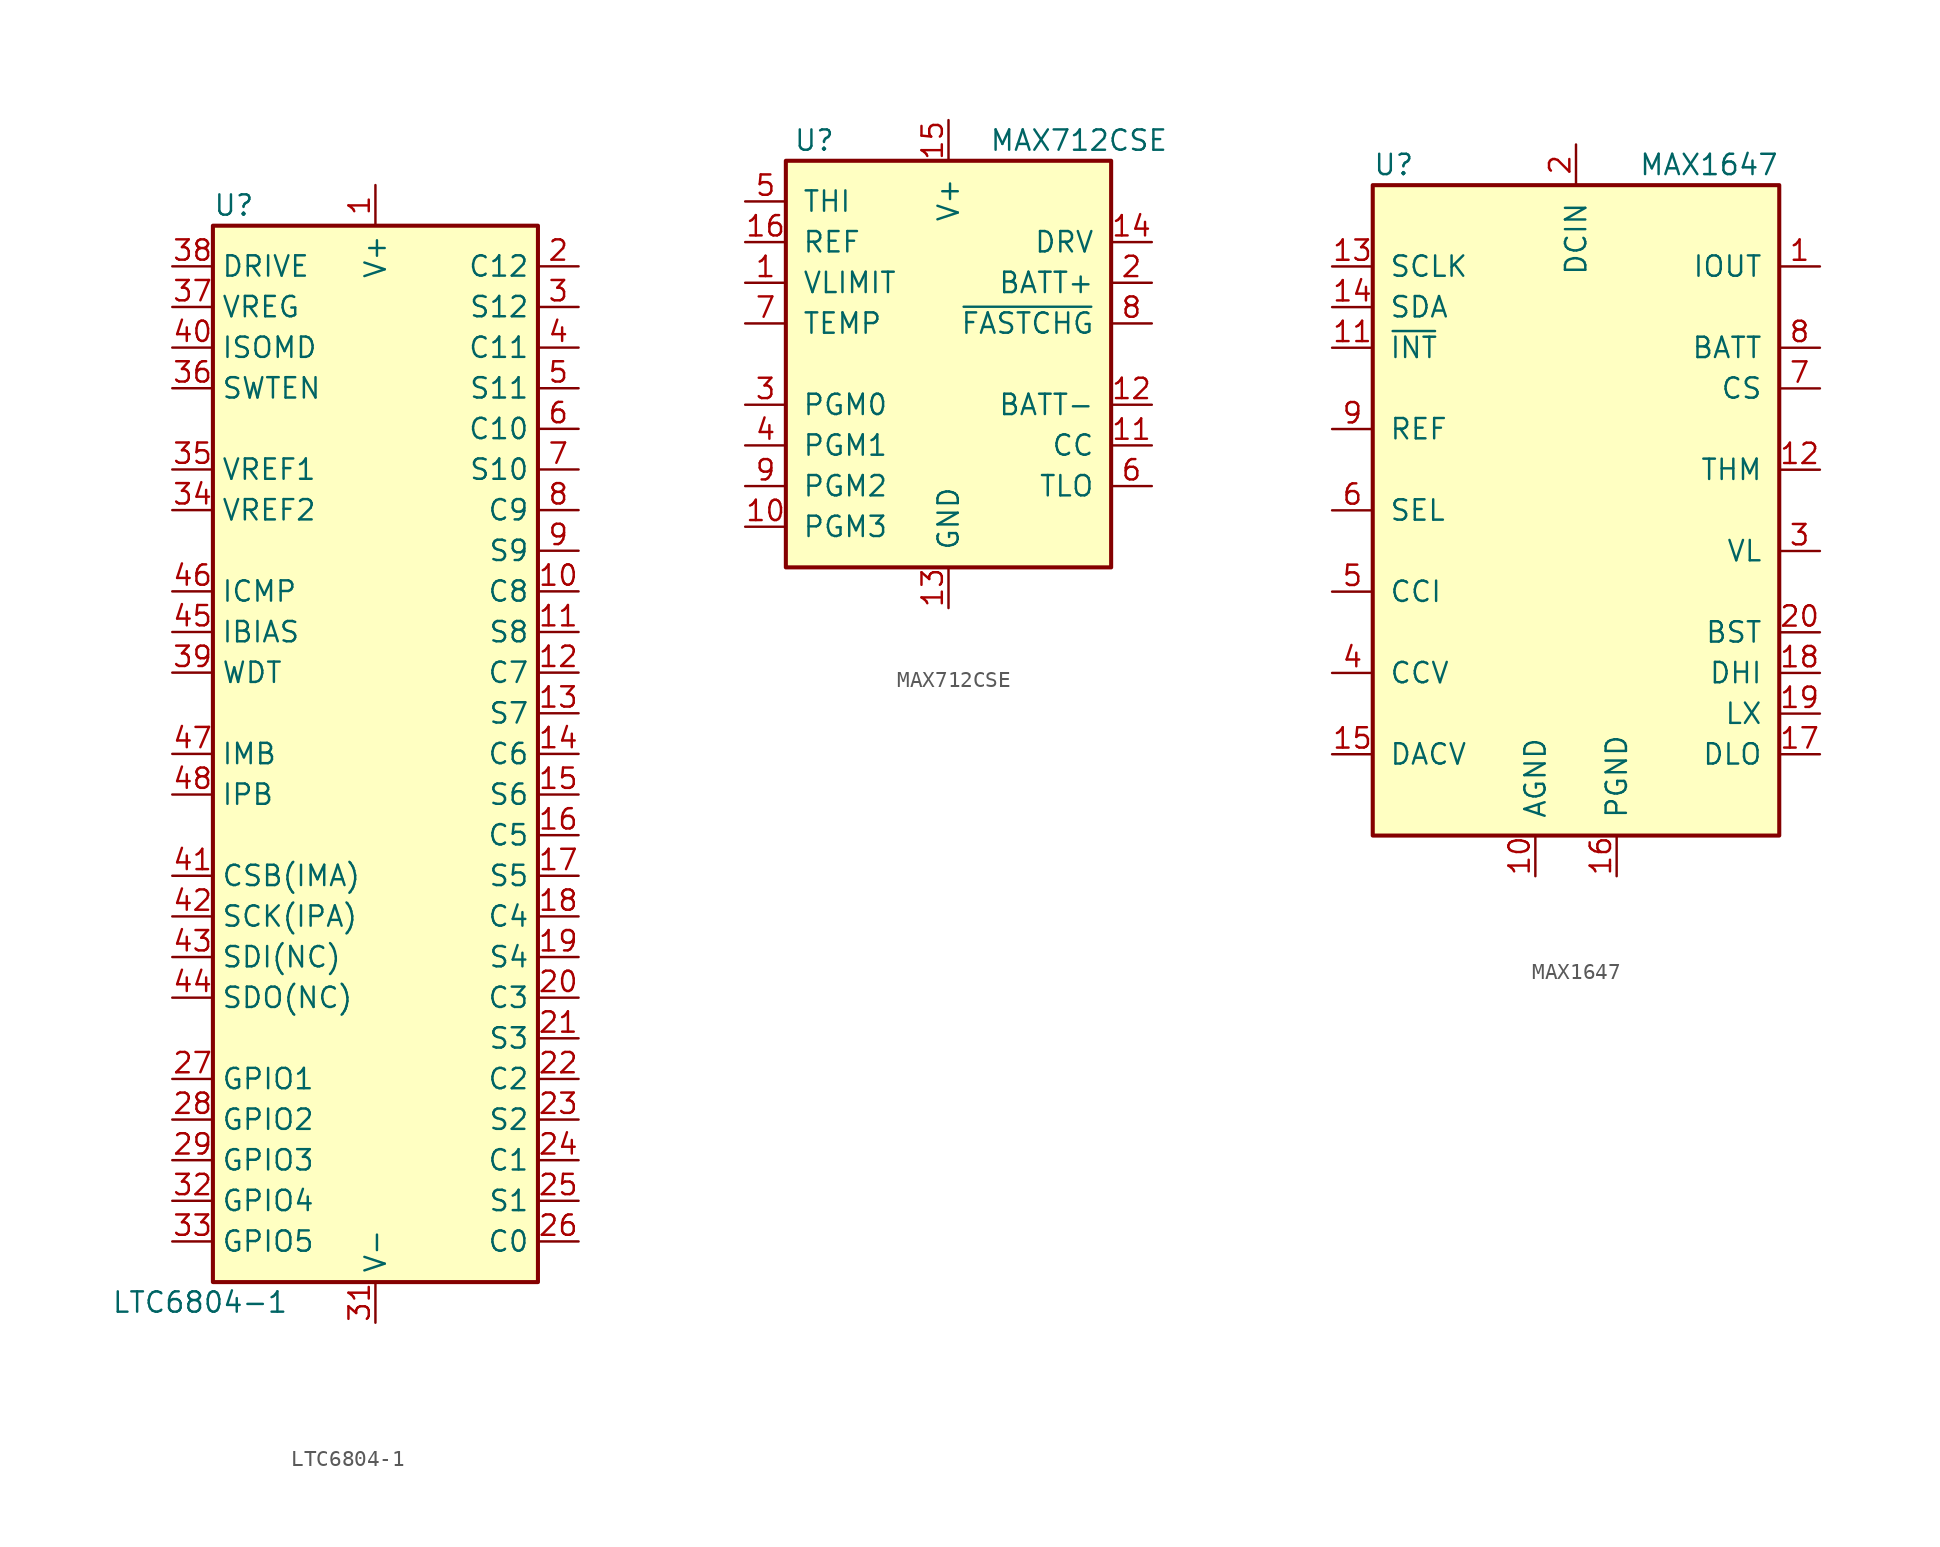
<source format=kicad_sym>
(kicad_symbol_lib
  (version 20211014)
  (generator kicad_symbol_editor)
  (symbol "LTC6804-1"
    (property "Reference" "U"
      (at -10.16 34.29 0)
      (effects (font (size 1.27 1.27)) (justify left)))
    (property "Value" "LTC6804-1"
      (at -16.51 -34.29 0)
      (effects (font (size 1.27 1.27)) (justify left)))
    (symbol "LTC6804-1_0_1"
      (rectangle (start 10.16 -33.02) (end -10.16 33.02) (stroke (width 0.254) (type default) (color 0 0 0 0)) (fill (type background))))
    (symbol "LTC6804-1_1_1"
      (pin power_in line (at 0 35.56 270) (length 2.54) (name "V+" (effects (font (size 1.27 1.27)))) (number "1" (effects (font (size 1.27 1.27)))))
      (pin input line (at 12.7 10.16 180) (length 2.54) (name "C8" (effects (font (size 1.27 1.27)))) (number "10" (effects (font (size 1.27 1.27)))))
      (pin bidirectional line (at 12.7 7.62 180) (length 2.54) (name "S8" (effects (font (size 1.27 1.27)))) (number "11" (effects (font (size 1.27 1.27)))))
      (pin input line (at 12.7 5.08 180) (length 2.54) (name "C7" (effects (font (size 1.27 1.27)))) (number "12" (effects (font (size 1.27 1.27)))))
      (pin bidirectional line (at 12.7 2.54 180) (length 2.54) (name "S7" (effects (font (size 1.27 1.27)))) (number "13" (effects (font (size 1.27 1.27)))))
      (pin input line (at 12.7 0 180) (length 2.54) (name "C6" (effects (font (size 1.27 1.27)))) (number "14" (effects (font (size 1.27 1.27)))))
      (pin bidirectional line (at 12.7 -2.54 180) (length 2.54) (name "S6" (effects (font (size 1.27 1.27)))) (number "15" (effects (font (size 1.27 1.27)))))
      (pin input line (at 12.7 -5.08 180) (length 2.54) (name "C5" (effects (font (size 1.27 1.27)))) (number "16" (effects (font (size 1.27 1.27)))))
      (pin bidirectional line (at 12.7 -7.62 180) (length 2.54) (name "S5" (effects (font (size 1.27 1.27)))) (number "17" (effects (font (size 1.27 1.27)))))
      (pin input line (at 12.7 -10.16 180) (length 2.54) (name "C4" (effects (font (size 1.27 1.27)))) (number "18" (effects (font (size 1.27 1.27)))))
      (pin bidirectional line (at 12.7 -12.7 180) (length 2.54) (name "S4" (effects (font (size 1.27 1.27)))) (number "19" (effects (font (size 1.27 1.27)))))
      (pin input line (at 12.7 30.48 180) (length 2.54) (name "C12" (effects (font (size 1.27 1.27)))) (number "2" (effects (font (size 1.27 1.27)))))
      (pin input line (at 12.7 -15.24 180) (length 2.54) (name "C3" (effects (font (size 1.27 1.27)))) (number "20" (effects (font (size 1.27 1.27)))))
      (pin bidirectional line (at 12.7 -17.78 180) (length 2.54) (name "S3" (effects (font (size 1.27 1.27)))) (number "21" (effects (font (size 1.27 1.27)))))
      (pin input line (at 12.7 -20.32 180) (length 2.54) (name "C2" (effects (font (size 1.27 1.27)))) (number "22" (effects (font (size 1.27 1.27)))))
      (pin bidirectional line (at 12.7 -22.86 180) (length 2.54) (name "S2" (effects (font (size 1.27 1.27)))) (number "23" (effects (font (size 1.27 1.27)))))
      (pin input line (at 12.7 -25.4 180) (length 2.54) (name "C1" (effects (font (size 1.27 1.27)))) (number "24" (effects (font (size 1.27 1.27)))))
      (pin bidirectional line (at 12.7 -27.94 180) (length 2.54) (name "S1" (effects (font (size 1.27 1.27)))) (number "25" (effects (font (size 1.27 1.27)))))
      (pin input line (at 12.7 -30.48 180) (length 2.54) (name "C0" (effects (font (size 1.27 1.27)))) (number "26" (effects (font (size 1.27 1.27)))))
      (pin bidirectional line (at -12.7 -20.32 0) (length 2.54) (name "GPIO1" (effects (font (size 1.27 1.27)))) (number "27" (effects (font (size 1.27 1.27)))))
      (pin bidirectional line (at -12.7 -22.86 0) (length 2.54) (name "GPIO2" (effects (font (size 1.27 1.27)))) (number "28" (effects (font (size 1.27 1.27)))))
      (pin bidirectional line (at -12.7 -25.4 0) (length 2.54) (name "GPIO3" (effects (font (size 1.27 1.27)))) (number "29" (effects (font (size 1.27 1.27)))))
      (pin bidirectional line (at 12.7 27.94 180) (length 2.54) (name "S12" (effects (font (size 1.27 1.27)))) (number "3" (effects (font (size 1.27 1.27)))))
      (pin passive line (at 0 -35.56 90) (length 2.54) hide (name "V-" (effects (font (size 1.27 1.27)))) (number "30" (effects (font (size 1.27 1.27)))))
      (pin passive line (at 0 -35.56 90) (length 2.54) (name "V-" (effects (font (size 1.27 1.27)))) (number "31" (effects (font (size 1.27 1.27)))))
      (pin bidirectional line (at -12.7 -27.94 0) (length 2.54) (name "GPIO4" (effects (font (size 1.27 1.27)))) (number "32" (effects (font (size 1.27 1.27)))))
      (pin bidirectional line (at -12.7 -30.48 0) (length 2.54) (name "GPIO5" (effects (font (size 1.27 1.27)))) (number "33" (effects (font (size 1.27 1.27)))))
      (pin output line (at -12.7 15.24 0) (length 2.54) (name "VREF2" (effects (font (size 1.27 1.27)))) (number "34" (effects (font (size 1.27 1.27)))))
      (pin output line (at -12.7 17.78 0) (length 2.54) (name "VREF1" (effects (font (size 1.27 1.27)))) (number "35" (effects (font (size 1.27 1.27)))))
      (pin input line (at -12.7 22.86 0) (length 2.54) (name "SWTEN" (effects (font (size 1.27 1.27)))) (number "36" (effects (font (size 1.27 1.27)))))
      (pin input line (at -12.7 27.94 0) (length 2.54) (name "VREG" (effects (font (size 1.27 1.27)))) (number "37" (effects (font (size 1.27 1.27)))))
      (pin output line (at -12.7 30.48 0) (length 2.54) (name "DRIVE" (effects (font (size 1.27 1.27)))) (number "38" (effects (font (size 1.27 1.27)))))
      (pin output line (at -12.7 5.08 0) (length 2.54) (name "WDT" (effects (font (size 1.27 1.27)))) (number "39" (effects (font (size 1.27 1.27)))))
      (pin input line (at 12.7 25.4 180) (length 2.54) (name "C11" (effects (font (size 1.27 1.27)))) (number "4" (effects (font (size 1.27 1.27)))))
      (pin input line (at -12.7 25.4 0) (length 2.54) (name "ISOMD" (effects (font (size 1.27 1.27)))) (number "40" (effects (font (size 1.27 1.27)))))
      (pin bidirectional line (at -12.7 -7.62 0) (length 2.54) (name "CSB(IMA)" (effects (font (size 1.27 1.27)))) (number "41" (effects (font (size 1.27 1.27)))))
      (pin bidirectional line (at -12.7 -10.16 0) (length 2.54) (name "SCK(IPA)" (effects (font (size 1.27 1.27)))) (number "42" (effects (font (size 1.27 1.27)))))
      (pin input line (at -12.7 -12.7 0) (length 2.54) (name "SDI(NC)" (effects (font (size 1.27 1.27)))) (number "43" (effects (font (size 1.27 1.27)))))
      (pin open_collector line (at -12.7 -15.24 0) (length 2.54) (name "SDO(NC)" (effects (font (size 1.27 1.27)))) (number "44" (effects (font (size 1.27 1.27)))))
      (pin passive line (at -12.7 7.62 0) (length 2.54) (name "IBIAS" (effects (font (size 1.27 1.27)))) (number "45" (effects (font (size 1.27 1.27)))))
      (pin passive line (at -12.7 10.16 0) (length 2.54) (name "ICMP" (effects (font (size 1.27 1.27)))) (number "46" (effects (font (size 1.27 1.27)))))
      (pin bidirectional line (at -12.7 0 0) (length 2.54) (name "IMB" (effects (font (size 1.27 1.27)))) (number "47" (effects (font (size 1.27 1.27)))))
      (pin bidirectional line (at -12.7 -2.54 0) (length 2.54) (name "IPB" (effects (font (size 1.27 1.27)))) (number "48" (effects (font (size 1.27 1.27)))))
      (pin bidirectional line (at 12.7 22.86 180) (length 2.54) (name "S11" (effects (font (size 1.27 1.27)))) (number "5" (effects (font (size 1.27 1.27)))))
      (pin input line (at 12.7 20.32 180) (length 2.54) (name "C10" (effects (font (size 1.27 1.27)))) (number "6" (effects (font (size 1.27 1.27)))))
      (pin bidirectional line (at 12.7 17.78 180) (length 2.54) (name "S10" (effects (font (size 1.27 1.27)))) (number "7" (effects (font (size 1.27 1.27)))))
      (pin input line (at 12.7 15.24 180) (length 2.54) (name "C9" (effects (font (size 1.27 1.27)))) (number "8" (effects (font (size 1.27 1.27)))))
      (pin bidirectional line (at 12.7 12.7 180) (length 2.54) (name "S9" (effects (font (size 1.27 1.27)))) (number "9" (effects (font (size 1.27 1.27)))))))
  (symbol "MAX712CSE"
    (pin_names
      (offset 1.016))
    (property "Reference" "U"
      (at -8.382 13.97 0)
      (effects (font (size 1.27 1.27))))
    (property "Value" "MAX712CSE"
      (at 2.54 13.97 0)
      (effects (font (size 1.27 1.27)) (justify left)))
    (symbol "MAX712CSE_0_1"
      (rectangle (start -10.16 12.7) (end 10.16 -12.7) (stroke (width 0.254) (type default) (color 0 0 0 0)) (fill (type background))))
    (symbol "MAX712CSE_1_1"
      (pin input line (at -12.7 5.08 0) (length 2.54) (name "VLIMIT" (effects (font (size 1.27 1.27)))) (number "1" (effects (font (size 1.27 1.27)))))
      (pin input line (at -12.7 -10.16 0) (length 2.54) (name "PGM3" (effects (font (size 1.27 1.27)))) (number "10" (effects (font (size 1.27 1.27)))))
      (pin input line (at 12.7 -5.08 180) (length 2.54) (name "CC" (effects (font (size 1.27 1.27)))) (number "11" (effects (font (size 1.27 1.27)))))
      (pin input line (at 12.7 -2.54 180) (length 2.54) (name "BATT-" (effects (font (size 1.27 1.27)))) (number "12" (effects (font (size 1.27 1.27)))))
      (pin power_in line (at 0 -15.24 90) (length 2.54) (name "GND" (effects (font (size 1.27 1.27)))) (number "13" (effects (font (size 1.27 1.27)))))
      (pin output line (at 12.7 7.62 180) (length 2.54) (name "DRV" (effects (font (size 1.27 1.27)))) (number "14" (effects (font (size 1.27 1.27)))))
      (pin power_in line (at 0 15.24 270) (length 2.54) (name "V+" (effects (font (size 1.27 1.27)))) (number "15" (effects (font (size 1.27 1.27)))))
      (pin power_in line (at -12.7 7.62 0) (length 2.54) (name "REF" (effects (font (size 1.27 1.27)))) (number "16" (effects (font (size 1.27 1.27)))))
      (pin power_out line (at 12.7 5.08 180) (length 2.54) (name "BATT+" (effects (font (size 1.27 1.27)))) (number "2" (effects (font (size 1.27 1.27)))))
      (pin power_out line (at -12.7 -2.54 0) (length 2.54) (name "PGM0" (effects (font (size 1.27 1.27)))) (number "3" (effects (font (size 1.27 1.27)))))
      (pin power_out line (at -12.7 -5.08 0) (length 2.54) (name "PGM1" (effects (font (size 1.27 1.27)))) (number "4" (effects (font (size 1.27 1.27)))))
      (pin input line (at -12.7 10.16 0) (length 2.54) (name "THI" (effects (font (size 1.27 1.27)))) (number "5" (effects (font (size 1.27 1.27)))))
      (pin input line (at 12.7 -7.62 180) (length 2.54) (name "TLO" (effects (font (size 1.27 1.27)))) (number "6" (effects (font (size 1.27 1.27)))))
      (pin input line (at -12.7 2.54 0) (length 2.54) (name "TEMP" (effects (font (size 1.27 1.27)))) (number "7" (effects (font (size 1.27 1.27)))))
      (pin open_collector line (at 12.7 2.54 180) (length 2.54) (name "~{FASTCHG}" (effects (font (size 1.27 1.27)))) (number "8" (effects (font (size 1.27 1.27)))))
      (pin input line (at -12.7 -7.62 0) (length 2.54) (name "PGM2" (effects (font (size 1.27 1.27)))) (number "9" (effects (font (size 1.27 1.27)))))))
  (symbol "MAX1647"
    (pin_names
      (offset 1.016))
    (property "Reference" "U"
      (at -12.7 21.59 0)
      (effects (font (size 1.27 1.27)) (justify left)))
    (property "Value" "MAX1647"
      (at 12.7 21.59 0)
      (effects (font (size 1.27 1.27)) (justify right)))
    (symbol "MAX1647_0_1"
      (rectangle (start -12.7 20.32) (end 12.7 -20.32) (stroke (width 0.254) (type default) (color 0 0 0 0)) (fill (type background))))
    (symbol "MAX1647_1_1"
      (pin output line (at 15.24 15.24 180) (length 2.54) (name "IOUT" (effects (font (size 1.27 1.27)))) (number "1" (effects (font (size 1.27 1.27)))))
      (pin power_in line (at -2.54 -22.86 90) (length 2.54) (name "AGND" (effects (font (size 1.27 1.27)))) (number "10" (effects (font (size 1.27 1.27)))))
      (pin open_collector line (at -15.24 10.16 0) (length 2.54) (name "~{INT}" (effects (font (size 1.27 1.27)))) (number "11" (effects (font (size 1.27 1.27)))))
      (pin input line (at 15.24 2.54 180) (length 2.54) (name "THM" (effects (font (size 1.27 1.27)))) (number "12" (effects (font (size 1.27 1.27)))))
      (pin input line (at -15.24 15.24 0) (length 2.54) (name "SCLK" (effects (font (size 1.27 1.27)))) (number "13" (effects (font (size 1.27 1.27)))))
      (pin bidirectional line (at -15.24 12.7 0) (length 2.54) (name "SDA" (effects (font (size 1.27 1.27)))) (number "14" (effects (font (size 1.27 1.27)))))
      (pin output line (at -15.24 -15.24 0) (length 2.54) (name "DACV" (effects (font (size 1.27 1.27)))) (number "15" (effects (font (size 1.27 1.27)))))
      (pin power_in line (at 2.54 -22.86 90) (length 2.54) (name "PGND" (effects (font (size 1.27 1.27)))) (number "16" (effects (font (size 1.27 1.27)))))
      (pin output line (at 15.24 -15.24 180) (length 2.54) (name "DLO" (effects (font (size 1.27 1.27)))) (number "17" (effects (font (size 1.27 1.27)))))
      (pin output line (at 15.24 -10.16 180) (length 2.54) (name "DHI" (effects (font (size 1.27 1.27)))) (number "18" (effects (font (size 1.27 1.27)))))
      (pin input line (at 15.24 -12.7 180) (length 2.54) (name "LX" (effects (font (size 1.27 1.27)))) (number "19" (effects (font (size 1.27 1.27)))))
      (pin power_in line (at 0 22.86 270) (length 2.54) (name "DCIN" (effects (font (size 1.27 1.27)))) (number "2" (effects (font (size 1.27 1.27)))))
      (pin power_in line (at 15.24 -7.62 180) (length 2.54) (name "BST" (effects (font (size 1.27 1.27)))) (number "20" (effects (font (size 1.27 1.27)))))
      (pin power_out line (at 15.24 -2.54 180) (length 2.54) (name "VL" (effects (font (size 1.27 1.27)))) (number "3" (effects (font (size 1.27 1.27)))))
      (pin passive line (at -15.24 -10.16 0) (length 2.54) (name "CCV" (effects (font (size 1.27 1.27)))) (number "4" (effects (font (size 1.27 1.27)))))
      (pin passive line (at -15.24 -5.08 0) (length 2.54) (name "CCI" (effects (font (size 1.27 1.27)))) (number "5" (effects (font (size 1.27 1.27)))))
      (pin input line (at -15.24 0 0) (length 2.54) (name "SEL" (effects (font (size 1.27 1.27)))) (number "6" (effects (font (size 1.27 1.27)))))
      (pin input line (at 15.24 7.62 180) (length 2.54) (name "CS" (effects (font (size 1.27 1.27)))) (number "7" (effects (font (size 1.27 1.27)))))
      (pin input line (at 15.24 10.16 180) (length 2.54) (name "BATT" (effects (font (size 1.27 1.27)))) (number "8" (effects (font (size 1.27 1.27)))))
      (pin bidirectional line (at -15.24 5.08 0) (length 2.54) (name "REF" (effects (font (size 1.27 1.27)))) (number "9" (effects (font (size 1.27 1.27))))))))
</source>
